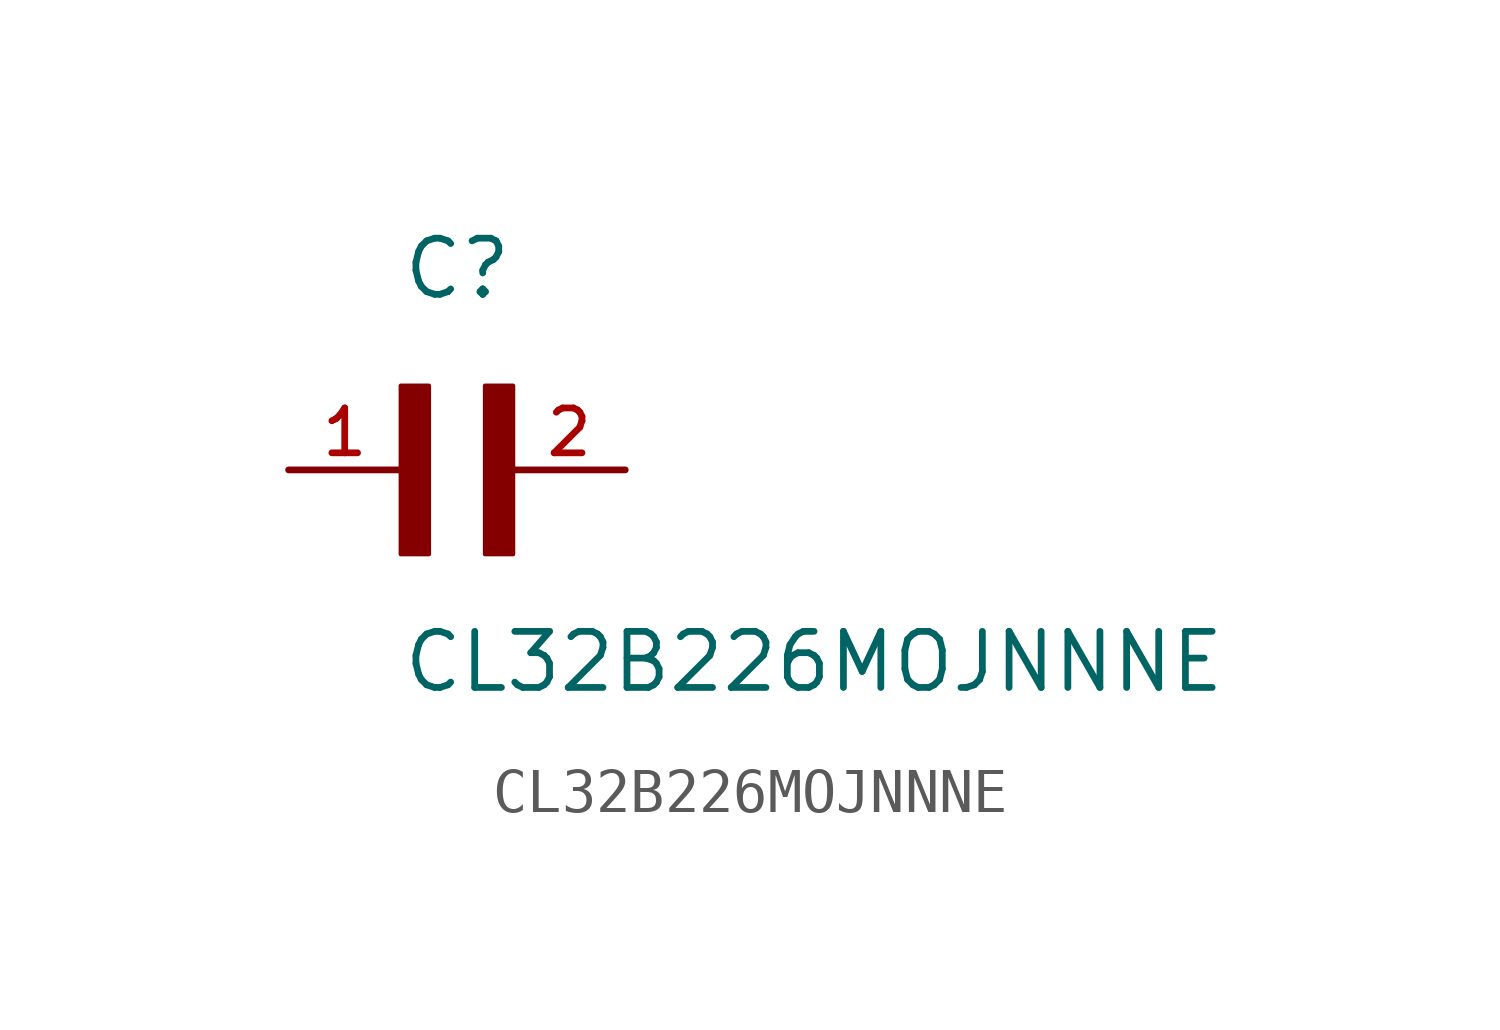
<source format=kicad_sym>
(kicad_symbol_lib
  (version 20211014)
  (generator kicad_symbol_editor)
  (symbol "CL32B226MOJNNNE"
    (pin_names
      (offset 1.016))
    (property "Reference" "C"
      (at 0.0 3.811 0)
      (effects (font (size 1.27 1.27)) (justify bottom left)))
    (property "Value" "CL32B226MOJNNNE"
      (at 0.0 -5.088 0)
      (effects (font (size 1.27 1.27)) (justify bottom left)))
    (symbol "CL32B226MOJNNNE_0_0"
      (rectangle (start 0.0 -1.907) (end 0.635 1.905) (stroke (width 0.1)) (fill (type outline)))
      (rectangle (start 1.907 -1.907) (end 2.54 1.905) (stroke (width 0.1)) (fill (type outline)))
      (pin passive line (at -2.54 0.0 0) (length 2.54) (name "~" (effects (font (size 1.016 1.016)))) (number "1" (effects (font (size 1.016 1.016)))))
      (pin passive line (at 5.08 0.0 180.0) (length 2.54) (name "~" (effects (font (size 1.016 1.016)))) (number "2" (effects (font (size 1.016 1.016))))))))
</source>
